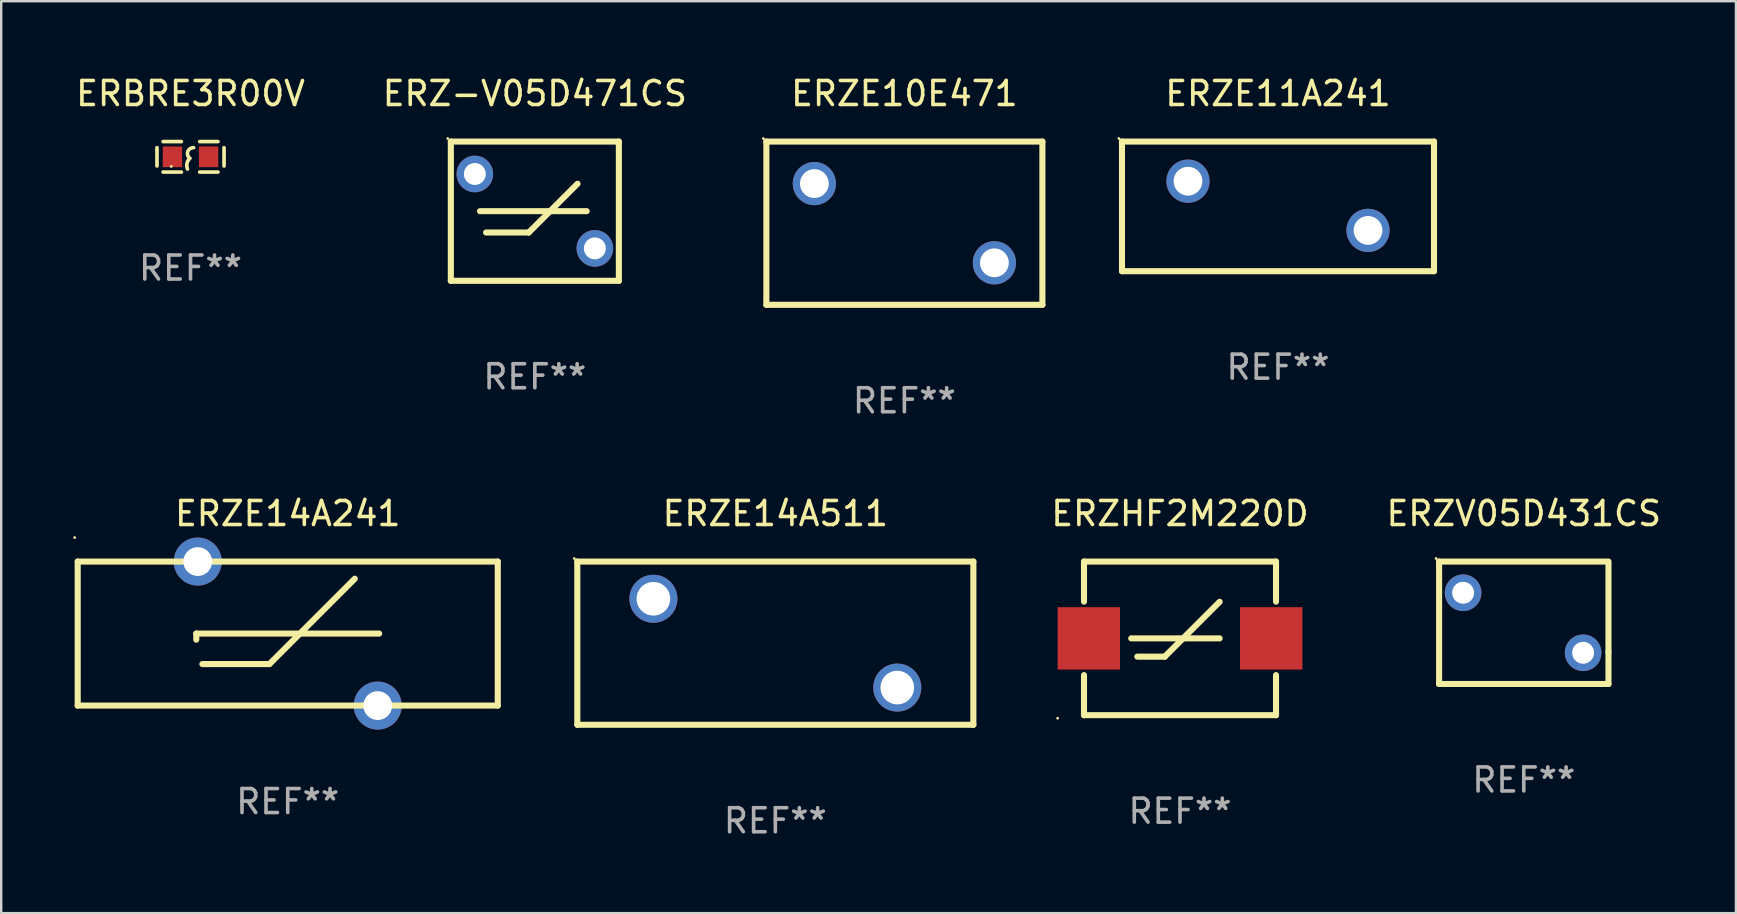
<source format=kicad_pcb>
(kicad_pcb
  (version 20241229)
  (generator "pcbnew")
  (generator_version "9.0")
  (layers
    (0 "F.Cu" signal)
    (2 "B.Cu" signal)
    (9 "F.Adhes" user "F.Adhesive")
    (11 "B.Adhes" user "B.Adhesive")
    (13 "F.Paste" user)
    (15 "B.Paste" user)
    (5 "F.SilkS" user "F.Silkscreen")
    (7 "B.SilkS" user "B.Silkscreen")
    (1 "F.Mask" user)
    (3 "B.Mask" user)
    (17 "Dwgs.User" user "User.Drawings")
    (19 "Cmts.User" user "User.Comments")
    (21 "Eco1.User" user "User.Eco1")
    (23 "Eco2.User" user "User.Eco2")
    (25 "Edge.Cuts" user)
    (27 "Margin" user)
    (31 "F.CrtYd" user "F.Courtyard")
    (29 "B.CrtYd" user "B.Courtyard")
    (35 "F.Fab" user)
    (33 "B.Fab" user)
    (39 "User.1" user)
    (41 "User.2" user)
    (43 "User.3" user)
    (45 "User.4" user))
  (footprint "ERZHF2M220D"
    (layer "F.Cu")
    (at 46.11 23.545)
    (property "Reference" "ERZHF2M220D" (at 0 -5.2 0) (layer "F.SilkS") (effects (font (size 1 1) (thickness 0.15))))
    (attr through_hole)
    (fp_line (start -4 -3.2) (end -4 -1.531) (stroke (width 0.254) (type solid)) (layer "F.SilkS"))
    (fp_line (start -4 -3.2) (end 4 -3.2) (stroke (width 0.254) (type solid)) (layer "F.SilkS"))
    (fp_line (start -4 1.531) (end -4 3.2) (stroke (width 0.254) (type solid)) (layer "F.SilkS"))
    (fp_line (start -4 3.2) (end 4 3.2) (stroke (width 0.254) (type solid)) (layer "F.SilkS"))
    (fp_line (start -2.032 0) (end 1.651 0) (stroke (width 0.254) (type solid)) (layer "F.SilkS"))
    (fp_line (start -1.778 0.762) (end -0.635 0.762) (stroke (width 0.254) (type solid)) (layer "F.SilkS"))
    (fp_line (start -0.635 0.762) (end 1.651 -1.524) (stroke (width 0.254) (type solid)) (layer "F.SilkS"))
    (fp_line (start 4 -3.2) (end 4 -1.531) (stroke (width 0.254) (type solid)) (layer "F.SilkS"))
    (fp_line (start 4 1.531) (end 4 3.2) (stroke (width 0.254) (type solid)) (layer "F.SilkS"))
    (fp_circle (center -5.1 3.327) (end -5.07 3.327) (stroke (width 0.06) (type solid)) (fill no) (layer "F.SilkS"))
    (fp_text user "REF**" (at 0 7.2 0) (layer "F.Fab") (effects (font (size 1 1) (thickness 0.15))))
    (pad "1" smd rect (at -3.8 0) (size 2.6 2.6) (layers "F.Cu" "F.Mask" "F.Paste"))
    (pad "2" smd rect (at 3.8 0) (size 2.6 2.6) (layers "F.Cu" "F.Mask" "F.Paste")))
  (footprint "ERZE11A241"
    (layer "F.Cu")
    (at 50.192 5.548)
    (property "Reference" "ERZE11A241" (at 0 -4.7 0) (layer "F.SilkS") (effects (font (size 1 1) (thickness 0.15))))
    (attr through_hole)
    (fp_line (start -6.5 -2.7) (end 6.5 -2.7) (stroke (width 0.254) (type solid)) (layer "F.SilkS"))
    (fp_line (start -6.5 2.7) (end -6.5 -2.7) (stroke (width 0.254) (type solid)) (layer "F.SilkS"))
    (fp_line (start 6.5 -2.7) (end 6.5 2.7) (stroke (width 0.254) (type solid)) (layer "F.SilkS"))
    (fp_line (start 6.5 2.7) (end -6.5 2.7) (stroke (width 0.254) (type solid)) (layer "F.SilkS"))
    (fp_circle (center -6.627 -2.827) (end -6.597 -2.827) (stroke (width 0.06) (type solid)) (fill no) (layer "F.SilkS"))
    (fp_text user "REF**" (at 0 6.7 0) (layer "F.Fab") (effects (font (size 1 1) (thickness 0.15))))
    (pad "1" thru_hole circle (at -3.75 -1.05) (size 1.8 1.8) (drill 1.2) (layers "*.Cu" "*.Mask"))
    (pad "2" thru_hole circle (at 3.75 1) (size 1.8 1.8) (drill 1.2) (layers "*.Cu" "*.Mask")))
  (footprint "ERZV05D431CS"
    (layer "F.Cu")
    (at 60.432 22.895)
    (property "Reference" "ERZV05D431CS" (at 0 -4.55 0) (layer "F.SilkS") (effects (font (size 1 1) (thickness 0.15))))
    (attr through_hole)
    (fp_line (start -3.528 2.55) (end 3.528 2.55) (stroke (width 0.254) (type solid)) (layer "F.SilkS"))
    (fp_line (start -3.528 -2.55) (end -3.528 2.55) (stroke (width 0.254) (type solid)) (layer "F.SilkS"))
    (fp_line (start -3.528 -2.55) (end 3.472 -2.55) (stroke (width 0.254) (type solid)) (layer "F.SilkS"))
    (fp_line (start 3.528 1.207) (end 3.528 -2.55) (stroke (width 0.254) (type solid)) (layer "F.SilkS"))
    (fp_line (start 3.528 2.55) (end 3.528 1.207) (stroke (width 0.254) (type solid)) (layer "F.SilkS"))
    (fp_circle (center -3.655 -2.677) (end -3.625 -2.677) (stroke (width 0.06) (type solid)) (fill no) (layer "F.SilkS"))
    (fp_text user "REF**" (at 0 6.55 0) (layer "F.Fab") (effects (font (size 1 1) (thickness 0.15))))
    (pad "1" thru_hole circle (at -2.528 -1.25) (size 1.524 1.524) (drill 0.914) (layers "*.Cu" "*.Mask"))
    (pad "2" thru_hole circle (at 2.472 1.25) (size 1.524 1.524) (drill 0.914) (layers "*.Cu" "*.Mask")))
  (footprint "ERZ-V05D471CS"
    (layer "F.Cu")
    (at 19.232 5.748)
    (property "Reference" "ERZ-V05D471CS" (at 0 -4.9 0) (layer "F.SilkS") (effects (font (size 1 1) (thickness 0.15))))
    (attr through_hole)
    (fp_line (start -3.5 -2.9) (end -3.5 2.9) (stroke (width 0.254) (type solid)) (layer "F.SilkS"))
    (fp_line (start -3.5 -2.9) (end 3.5 -2.9) (stroke (width 0.254) (type solid)) (layer "F.SilkS"))
    (fp_line (start -3.5 2.9) (end 3.5 2.9) (stroke (width 0.254) (type solid)) (layer "F.SilkS"))
    (fp_line (start -2.286 0) (end 2.159 0) (stroke (width 0.254) (type solid)) (layer "F.SilkS"))
    (fp_line (start -2.032 0.889) (end -0.254 0.889) (stroke (width 0.254) (type solid)) (layer "F.SilkS"))
    (fp_line (start -0.254 0.889) (end 1.778 -1.143) (stroke (width 0.254) (type solid)) (layer "F.SilkS"))
    (fp_line (start 3.5 -2.9) (end 3.5 2.9) (stroke (width 0.254) (type solid)) (layer "F.SilkS"))
    (fp_circle (center -3.627 -3.027) (end -3.597 -3.027) (stroke (width 0.06) (type solid)) (fill no) (layer "F.SilkS"))
    (fp_text user "REF**" (at 0 6.9 0) (layer "F.Fab") (effects (font (size 1 1) (thickness 0.15))))
    (pad "1" thru_hole circle (at -2.5 -1.55) (size 1.524 1.524) (drill 0.914) (layers "*.Cu" "*.Mask"))
    (pad "2" thru_hole circle (at 2.5 1.55) (size 1.524 1.524) (drill 0.914) (layers "*.Cu" "*.Mask")))
  (footprint "ERBRE3R00V"
    (layer "F.Cu")
    (at 4.887 3.483)
    (property "Reference" "ERBRE3R00V" (at 0 -2.635 0) (layer "F.SilkS") (effects (font (size 1 1) (thickness 0.15))))
    (attr through_hole)
    (fp_line (start -1.397 -0.381) (end -1.397 0.381) (stroke (width 0.152) (type solid)) (layer "F.SilkS"))
    (fp_line (start -0.381 -0.635) (end -1.143 -0.635) (stroke (width 0.152) (type solid)) (layer "F.SilkS"))
    (fp_line (start -0.381 0.635) (end -1.143 0.635) (stroke (width 0.152) (type solid)) (layer "F.SilkS"))
    (fp_line (start 0.381 -0.635) (end 1.143 -0.635) (stroke (width 0.152) (type solid)) (layer "F.SilkS"))
    (fp_line (start 0.381 0.635) (end 1.143 0.635) (stroke (width 0.152) (type solid)) (layer "F.SilkS"))
    (fp_line (start 1.397 -0.381) (end 1.397 0.381) (stroke (width 0.152) (type solid)) (layer "F.SilkS"))
    (fp_arc (start -0.127 0.508001) (mid -0.146523 0.271131) (end -0.030861 0.0635) (stroke (width 0.151994) (type solid)) (layer "F.SilkS"))
    (fp_arc (start -0.03175 0.0635) (mid -0.113571 -0.216321) (end 0.127001 -0.381002) (stroke (width 0.151994) (type solid)) (layer "F.SilkS"))
    (fp_circle (center -0.8 0.4) (end -0.77 0.4) (stroke (width 0.06) (type solid)) (fill no) (layer "F.SilkS"))
    (fp_text user "REF**" (at 0 4.635 0) (layer "F.Fab") (effects (font (size 1 1) (thickness 0.15))))
    (pad "1" smd rect (at -0.753 0) (size 0.806 0.864) (layers "F.Cu" "F.Mask" "F.Paste"))
    (pad "2" smd rect (at 0.753 0) (size 0.806 0.864) (layers "F.Cu" "F.Mask" "F.Paste")))
  (footprint "ERZE14A241"
    (layer "F.Cu")
    (at 8.937 23.345)
    (property "Reference" "ERZE14A241" (at 0 -5 0) (layer "F.SilkS") (effects (font (size 1 1) (thickness 0.15))))
    (attr through_hole)
    (fp_line (start -8.75 -3) (end -8.75 3) (stroke (width 0.254) (type solid)) (layer "F.SilkS"))
    (fp_line (start -8.75 -3) (end 8.75 -3) (stroke (width 0.254) (type solid)) (layer "F.SilkS"))
    (fp_line (start -3.81 0) (end 3.81 0) (stroke (width 0.254) (type solid)) (layer "F.SilkS"))
    (fp_line (start -3.81 0.254) (end -3.81 0) (stroke (width 0.254) (type solid)) (layer "F.SilkS"))
    (fp_line (start -3.556 1.27) (end -0.762 1.27) (stroke (width 0.254) (type solid)) (layer "F.SilkS"))
    (fp_line (start -0.762 1.27) (end 2.794 -2.286) (stroke (width 0.254) (type solid)) (layer "F.SilkS"))
    (fp_line (start 8.75 3) (end -8.75 3) (stroke (width 0.254) (type solid)) (layer "F.SilkS"))
    (fp_line (start 8.75 3) (end 8.75 -3) (stroke (width 0.254) (type solid)) (layer "F.SilkS"))
    (fp_circle (center -8.877 -4) (end -8.847 -4) (stroke (width 0.06) (type solid)) (fill no) (layer "F.SilkS"))
    (fp_text user "REF**" (at 0 7 0) (layer "F.Fab") (effects (font (size 1 1) (thickness 0.15))))
    (pad "1" thru_hole circle (at -3.749 -3) (size 2 2) (drill 1.2) (layers "*.Cu" "*.Mask"))
    (pad "2" thru_hole circle (at 3.749 3) (size 2 2) (drill 1.2) (layers "*.Cu" "*.Mask")))
  (footprint "ERZE10E471"
    (layer "F.Cu")
    (at 34.627 6.248)
    (property "Reference" "ERZE10E471" (at 0 -5.4 0) (layer "F.SilkS") (effects (font (size 1 1) (thickness 0.15))))
    (attr through_hole)
    (fp_line (start -5.75 -3.4) (end 5.75 -3.4) (stroke (width 0.254) (type solid)) (layer "F.SilkS"))
    (fp_line (start -5.75 3.4) (end -5.75 -3.4) (stroke (width 0.254) (type solid)) (layer "F.SilkS"))
    (fp_line (start -5.75 3.4) (end 5.75 3.4) (stroke (width 0.254) (type solid)) (layer "F.SilkS"))
    (fp_line (start 5.75 -3.4) (end 5.75 3.4) (stroke (width 0.254) (type solid)) (layer "F.SilkS"))
    (fp_circle (center -5.877 -3.527) (end -5.847 -3.527) (stroke (width 0.06) (type solid)) (fill no) (layer "F.SilkS"))
    (fp_text user "REF**" (at 0 7.4 0) (layer "F.Fab") (effects (font (size 1 1) (thickness 0.15))))
    (pad "1" thru_hole circle (at -3.75 -1.65) (size 1.8 1.8) (drill 1.2) (layers "*.Cu" "*.Mask"))
    (pad "2" thru_hole circle (at 3.75 1.65) (size 1.8 1.8) (drill 1.2) (layers "*.Cu" "*.Mask")))
  (footprint "ERZE14A511"
    (layer "F.Cu")
    (at 29.251 23.745)
    (property "Reference" "ERZE14A511" (at 0 -5.4 0) (layer "F.SilkS") (effects (font (size 1 1) (thickness 0.15))))
    (attr through_hole)
    (fp_line (start -8.25 -3.4) (end 8.25 -3.4) (stroke (width 0.254) (type solid)) (layer "F.SilkS"))
    (fp_line (start -8.25 3.4) (end -8.25 -3.4) (stroke (width 0.254) (type solid)) (layer "F.SilkS"))
    (fp_line (start 8.25 -3.4) (end 8.25 3.4) (stroke (width 0.254) (type solid)) (layer "F.SilkS"))
    (fp_line (start 8.25 3.4) (end -8.25 3.4) (stroke (width 0.254) (type solid)) (layer "F.SilkS"))
    (fp_circle (center -8.377 -3.527) (end -8.347 -3.527) (stroke (width 0.06) (type solid)) (fill no) (layer "F.SilkS"))
    (fp_text user "REF**" (at 0 7.4 0) (layer "F.Fab") (effects (font (size 1 1) (thickness 0.15))))
    (pad "1" thru_hole circle (at -5.08 -1.85) (size 2 2) (drill 1.4) (layers "*.Cu" "*.Mask"))
    (pad "2" thru_hole circle (at 5.08 1.85) (size 2 2) (drill 1.4) (layers "*.Cu" "*.Mask")))
  (gr_rect
    (start -3 -3)
    (end 69.271 34.993)
    (stroke (width 0.1) (type default))
    (fill no)
    (layer "Edge.Cuts")))
</source>
